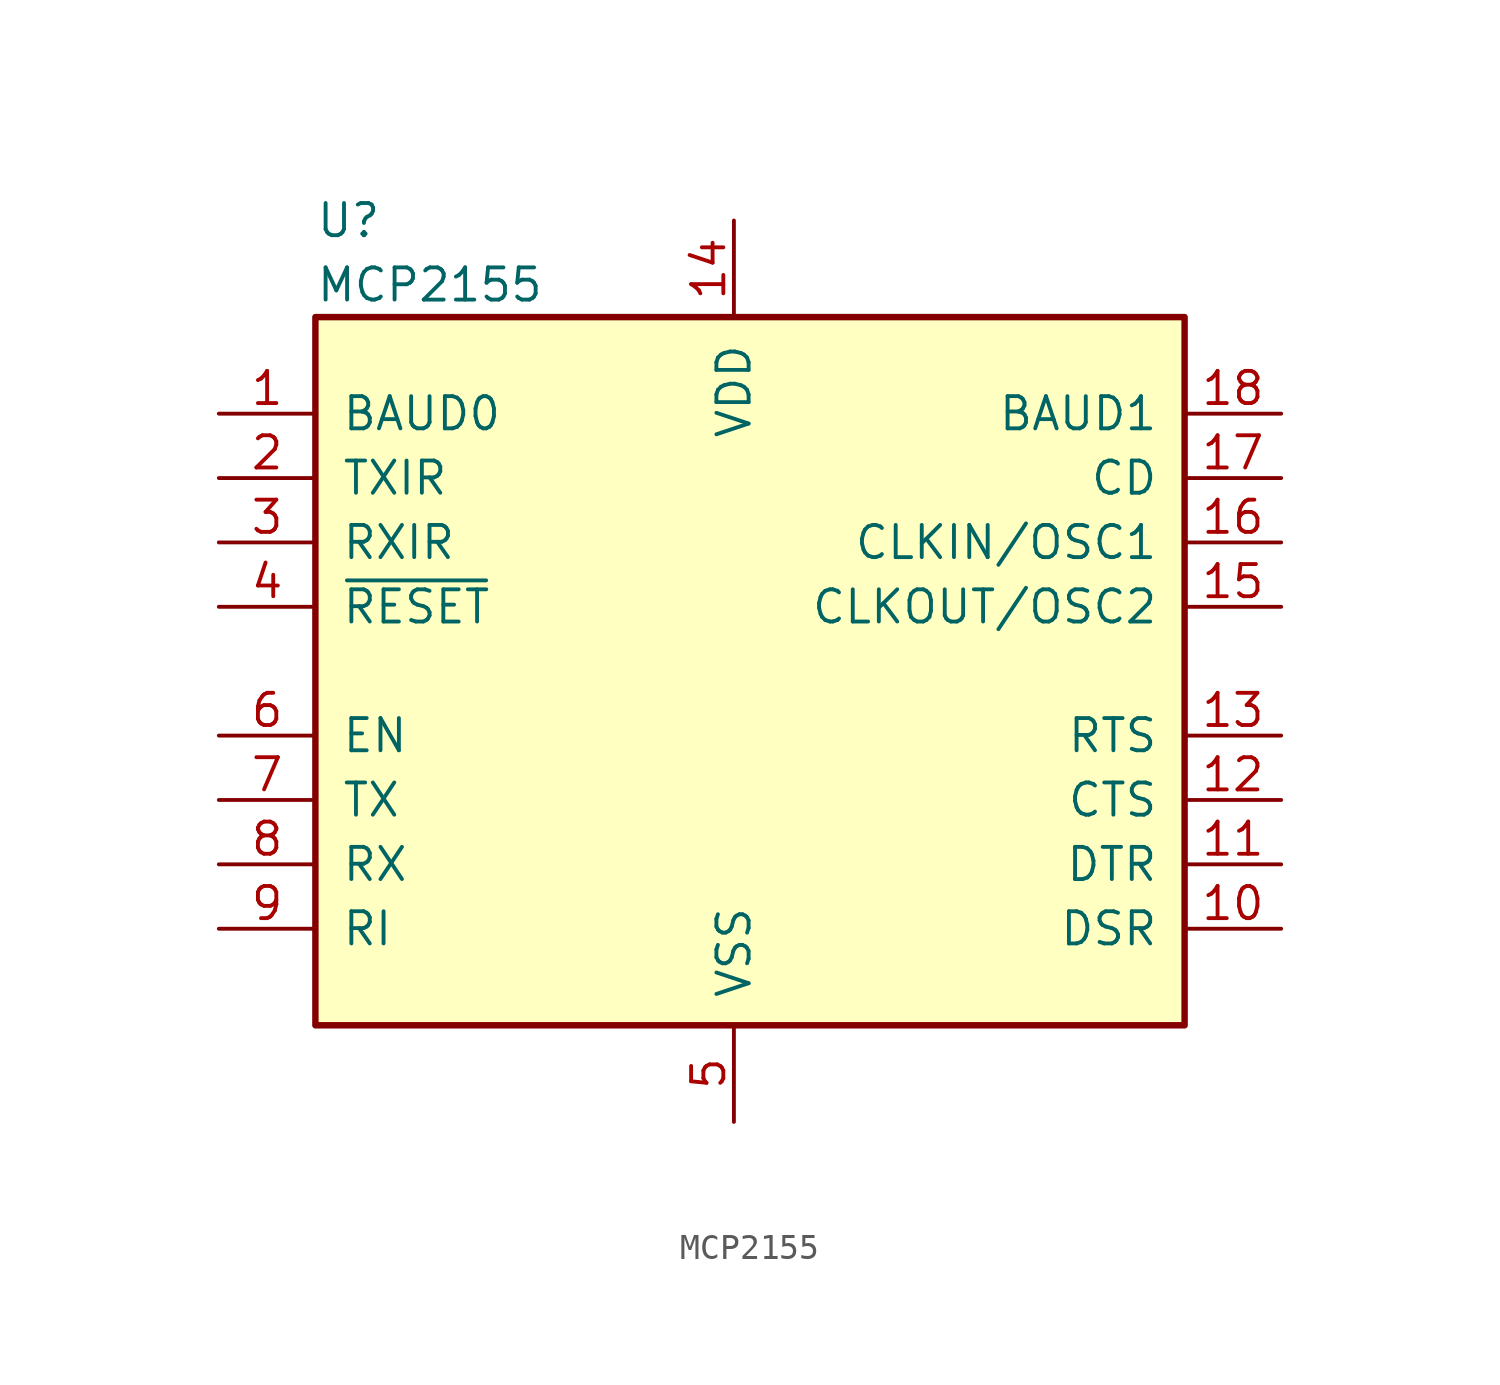
<source format=kicad_sym>
(kicad_symbol_lib
  (version 20211014)
  (generator kicad_symbol_editor)
  (symbol "MCP2155"
    (pin_names
      (offset 1.016))
    (property "Reference" "U"
      (at -16.51 17.78 0)
      (effects (font (size 1.27 1.27)) (justify left)))
    (property "Value" "MCP2155"
      (at -16.51 15.24 0)
      (effects (font (size 1.27 1.27)) (justify left)))
    (symbol "MCP2155_0_1"
      (rectangle (start -16.51 13.97) (end 17.78 -13.97) (stroke (width 0.254) (type default) (color 0 0 0 0)) (fill (type background))))
    (symbol "MCP2155_1_1"
      (pin input line (at -20.32 10.16 0) (length 3.81) (name "BAUD0" (effects (font (size 1.27 1.27)))) (number "1" (effects (font (size 1.27 1.27)))))
      (pin output line (at 21.59 -10.16 180) (length 3.81) (name "DSR" (effects (font (size 1.27 1.27)))) (number "10" (effects (font (size 1.27 1.27)))))
      (pin input line (at 21.59 -7.62 180) (length 3.81) (name "DTR" (effects (font (size 1.27 1.27)))) (number "11" (effects (font (size 1.27 1.27)))))
      (pin output line (at 21.59 -5.08 180) (length 3.81) (name "CTS" (effects (font (size 1.27 1.27)))) (number "12" (effects (font (size 1.27 1.27)))))
      (pin input line (at 21.59 -2.54 180) (length 3.81) (name "RTS" (effects (font (size 1.27 1.27)))) (number "13" (effects (font (size 1.27 1.27)))))
      (pin power_in line (at 0 17.78 270) (length 3.81) (name "VDD" (effects (font (size 1.27 1.27)))) (number "14" (effects (font (size 1.27 1.27)))))
      (pin output line (at 21.59 2.54 180) (length 3.81) (name "CLKOUT/OSC2" (effects (font (size 1.27 1.27)))) (number "15" (effects (font (size 1.27 1.27)))))
      (pin input line (at 21.59 5.08 180) (length 3.81) (name "CLKIN/OSC1" (effects (font (size 1.27 1.27)))) (number "16" (effects (font (size 1.27 1.27)))))
      (pin input line (at 21.59 7.62 180) (length 3.81) (name "CD" (effects (font (size 1.27 1.27)))) (number "17" (effects (font (size 1.27 1.27)))))
      (pin bidirectional line (at 21.59 10.16 180) (length 3.81) (name "BAUD1" (effects (font (size 1.27 1.27)))) (number "18" (effects (font (size 1.27 1.27)))))
      (pin output line (at -20.32 7.62 0) (length 3.81) (name "TXIR" (effects (font (size 1.27 1.27)))) (number "2" (effects (font (size 1.27 1.27)))))
      (pin input line (at -20.32 5.08 0) (length 3.81) (name "RXIR" (effects (font (size 1.27 1.27)))) (number "3" (effects (font (size 1.27 1.27)))))
      (pin input line (at -20.32 2.54 0) (length 3.81) (name "~{RESET}" (effects (font (size 1.27 1.27)))) (number "4" (effects (font (size 1.27 1.27)))))
      (pin power_in line (at 0 -17.78 90) (length 3.81) (name "VSS" (effects (font (size 1.27 1.27)))) (number "5" (effects (font (size 1.27 1.27)))))
      (pin input line (at -20.32 -2.54 0) (length 3.81) (name "EN" (effects (font (size 1.27 1.27)))) (number "6" (effects (font (size 1.27 1.27)))))
      (pin input line (at -20.32 -5.08 0) (length 3.81) (name "TX" (effects (font (size 1.27 1.27)))) (number "7" (effects (font (size 1.27 1.27)))))
      (pin output line (at -20.32 -7.62 0) (length 3.81) (name "RX" (effects (font (size 1.27 1.27)))) (number "8" (effects (font (size 1.27 1.27)))))
      (pin input line (at -20.32 -10.16 0) (length 3.81) (name "RI" (effects (font (size 1.27 1.27)))) (number "9" (effects (font (size 1.27 1.27))))))))
</source>
